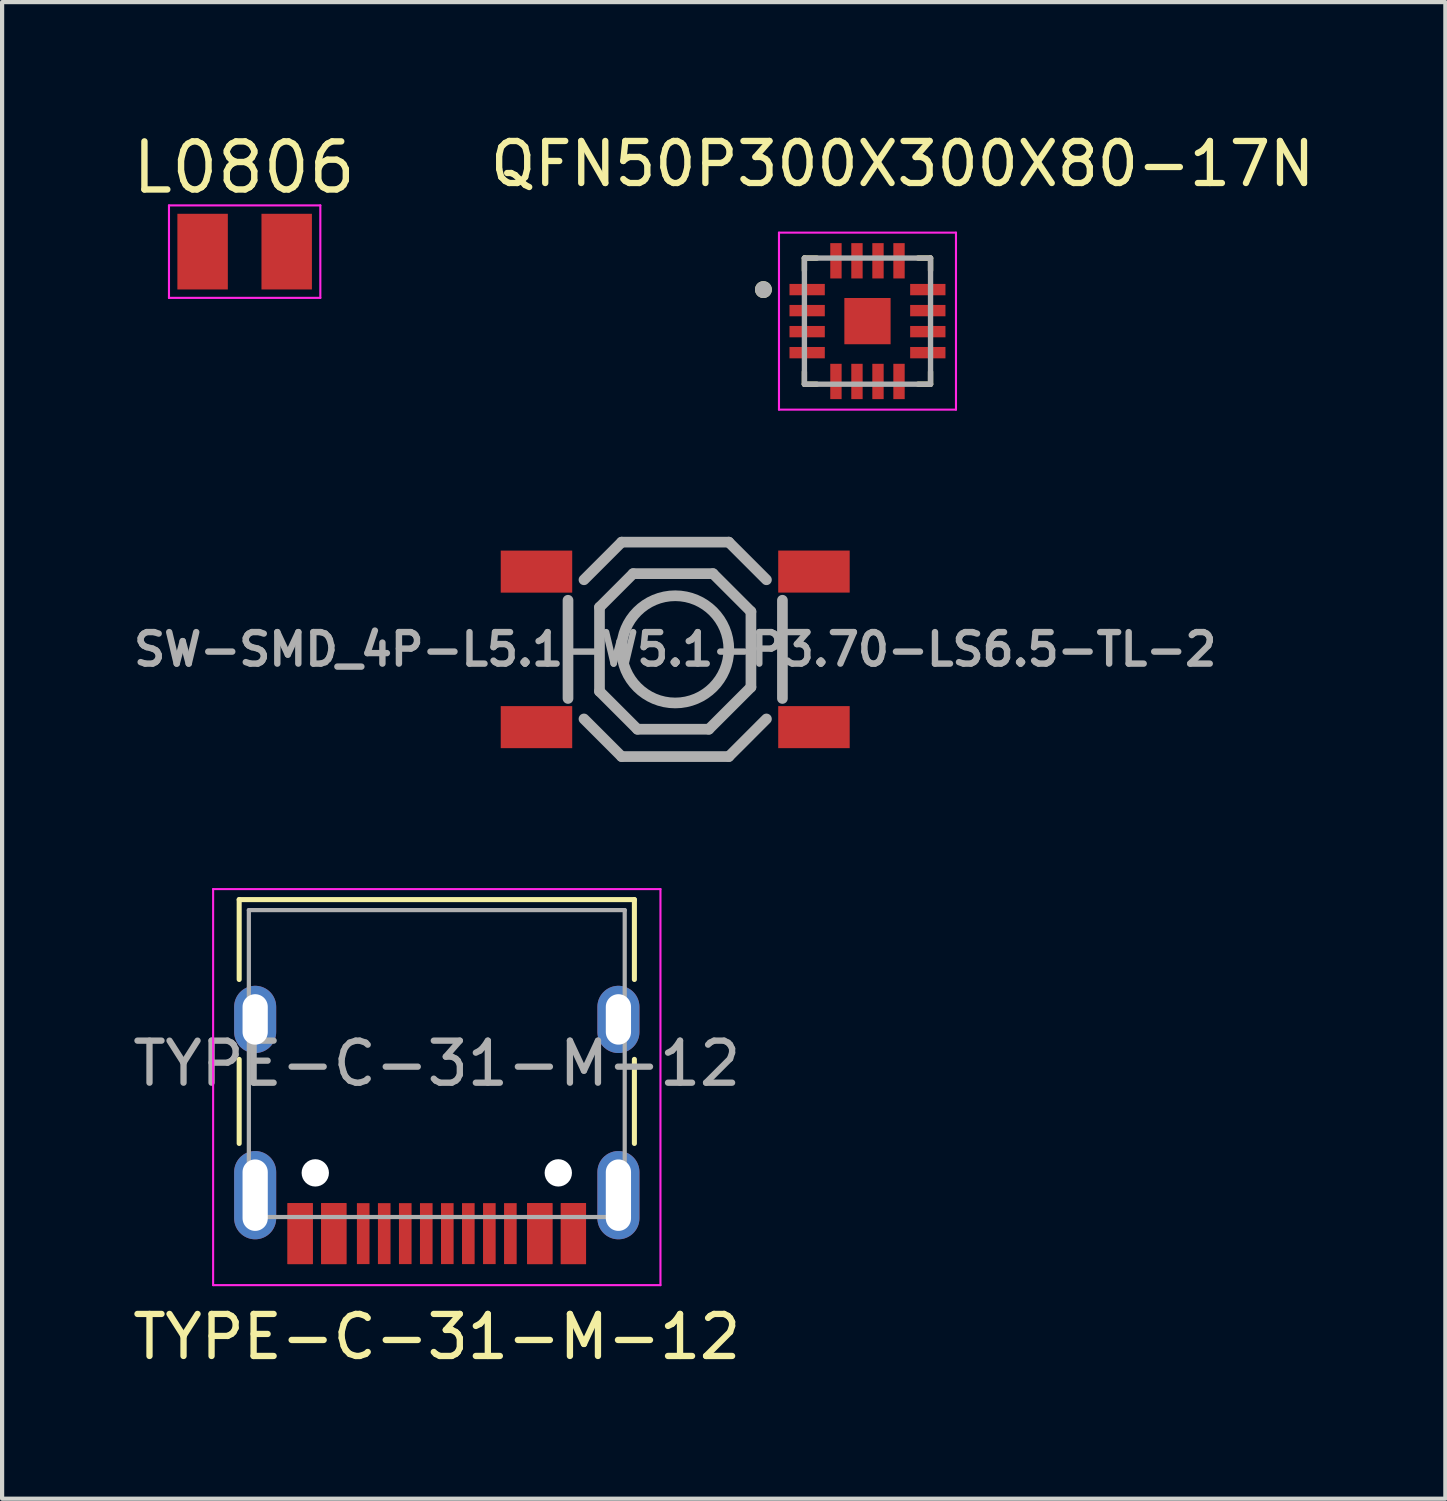
<source format=kicad_pcb>
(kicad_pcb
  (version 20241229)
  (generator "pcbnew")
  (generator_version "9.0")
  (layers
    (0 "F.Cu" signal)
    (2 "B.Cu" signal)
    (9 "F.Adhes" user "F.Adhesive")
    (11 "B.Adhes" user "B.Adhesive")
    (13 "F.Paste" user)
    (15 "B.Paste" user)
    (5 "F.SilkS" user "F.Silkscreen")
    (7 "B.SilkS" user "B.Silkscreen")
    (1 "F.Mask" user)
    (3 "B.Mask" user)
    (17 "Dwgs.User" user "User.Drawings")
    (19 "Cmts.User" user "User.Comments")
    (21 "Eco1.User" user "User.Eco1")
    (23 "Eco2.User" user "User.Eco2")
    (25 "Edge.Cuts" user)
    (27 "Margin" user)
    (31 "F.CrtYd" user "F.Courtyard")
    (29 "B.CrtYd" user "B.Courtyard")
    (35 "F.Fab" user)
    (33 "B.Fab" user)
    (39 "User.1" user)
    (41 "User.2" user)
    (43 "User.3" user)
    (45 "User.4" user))
  (footprint "QFN50P300X300X80-17N"
    (layer "F.Cu")
    (at 17.583 4.588)
    (property "Reference" "QFN50P300X300X80-17N" (at 0.835 -3.74 0) (layer "F.SilkS") (effects (font (size 1 1) (thickness 0.15))))
    (attr through_hole)
    (fp_line (start -1.5 -1.5) (end -1.5 -1.205) (stroke (width 0.127) (type solid)) (layer "F.SilkS"))
    (fp_line (start -1.5 -1.5) (end -1.205 -1.5) (stroke (width 0.127) (type solid)) (layer "F.SilkS"))
    (fp_line (start -1.5 1.5) (end -1.5 1.205) (stroke (width 0.127) (type solid)) (layer "F.SilkS"))
    (fp_line (start -1.5 1.5) (end -1.205 1.5) (stroke (width 0.127) (type solid)) (layer "F.SilkS"))
    (fp_line (start 1.5 -1.5) (end 1.205 -1.5) (stroke (width 0.127) (type solid)) (layer "F.SilkS"))
    (fp_line (start 1.5 -1.5) (end 1.5 -1.205) (stroke (width 0.127) (type solid)) (layer "F.SilkS"))
    (fp_line (start 1.5 1.5) (end 1.205 1.5) (stroke (width 0.127) (type solid)) (layer "F.SilkS"))
    (fp_line (start 1.5 1.5) (end 1.5 1.205) (stroke (width 0.127) (type solid)) (layer "F.SilkS"))
    (fp_circle (center -2.475 -0.75) (end -2.375 -0.75) (stroke (width 0.2) (type solid)) (fill no) (layer "F.SilkS"))
    (fp_poly (pts (xy -0.35 -0.35) (xy 0.35 -0.35) (xy 0.35 0.35) (xy -0.35 0.35)) (stroke (width 0.01) (type solid)) (fill yes) (layer "F.Paste"))
    (fp_line (start -2.105 -2.105) (end 2.105 -2.105) (stroke (width 0.05) (type solid)) (layer "F.CrtYd"))
    (fp_line (start -2.105 2.105) (end -2.105 -2.105) (stroke (width 0.05) (type solid)) (layer "F.CrtYd"))
    (fp_line (start -2.105 2.105) (end 2.105 2.105) (stroke (width 0.05) (type solid)) (layer "F.CrtYd"))
    (fp_line (start 2.105 2.105) (end 2.105 -2.105) (stroke (width 0.05) (type solid)) (layer "F.CrtYd"))
    (fp_line (start -1.5 1.5) (end -1.5 -1.5) (stroke (width 0.127) (type solid)) (layer "F.Fab"))
    (fp_line (start 1.5 -1.5) (end -1.5 -1.5) (stroke (width 0.127) (type solid)) (layer "F.Fab"))
    (fp_line (start 1.5 1.5) (end -1.5 1.5) (stroke (width 0.127) (type solid)) (layer "F.Fab"))
    (fp_line (start 1.5 1.5) (end 1.5 -1.5) (stroke (width 0.127) (type solid)) (layer "F.Fab"))
    (fp_circle (center -2.475 -0.75) (end -2.375 -0.75) (stroke (width 0.2) (type solid)) (fill no) (layer "F.Fab"))
    (pad "1" smd rect (at -1.435 -0.75) (size 0.84 0.27) (layers "F.Cu" "F.Mask" "F.Paste"))
    (pad "2" smd rect (at -1.435 -0.25) (size 0.84 0.27) (layers "F.Cu" "F.Mask" "F.Paste"))
    (pad "3" smd rect (at -1.435 0.25) (size 0.84 0.27) (layers "F.Cu" "F.Mask" "F.Paste"))
    (pad "3" smd rect (at -0.25 -1.435) (size 0.27 0.84) (layers "F.Cu" "F.Mask" "F.Paste"))
    (pad "3" smd rect (at 0 0) (size 1.1 1.1) (layers "F.Cu" "F.Mask"))
    (pad "3" smd rect (at 1.435 -0.25) (size 0.84 0.27) (layers "F.Cu" "F.Mask" "F.Paste"))
    (pad "4" smd rect (at -1.435 0.75) (size 0.84 0.27) (layers "F.Cu" "F.Mask" "F.Paste"))
    (pad "5" smd rect (at -0.75 1.435) (size 0.27 0.84) (layers "F.Cu" "F.Mask" "F.Paste"))
    (pad "6" smd rect (at -0.25 1.435) (size 0.27 0.84) (layers "F.Cu" "F.Mask" "F.Paste"))
    (pad "7" smd rect (at 0.25 1.435) (size 0.27 0.84) (layers "F.Cu" "F.Mask" "F.Paste"))
    (pad "7" smd rect (at 0.75 1.435) (size 0.27 0.84) (layers "F.Cu" "F.Mask" "F.Paste"))
    (pad "9" smd rect (at 1.435 0.75) (size 0.84 0.27) (layers "F.Cu" "F.Mask" "F.Paste"))
    (pad "10" smd rect (at 1.435 0.25) (size 0.84 0.27) (layers "F.Cu" "F.Mask" "F.Paste"))
    (pad "12" smd rect (at 1.435 -0.75) (size 0.84 0.27) (layers "F.Cu" "F.Mask" "F.Paste"))
    (pad "13" smd rect (at 0.75 -1.435) (size 0.27 0.84) (layers "F.Cu" "F.Mask" "F.Paste"))
    (pad "14" smd rect (at 0.25 -1.435) (size 0.27 0.84) (layers "F.Cu" "F.Mask" "F.Paste"))
    (pad "16" smd rect (at -0.75 -1.435) (size 0.27 0.84) (layers "F.Cu" "F.Mask" "F.Paste")))
  (footprint "TYPE-C-31-M-12"
    (layer "F.Cu")
    (at 7.339 22.247)
    (property "Reference" "TYPE-C-31-M-12" (at 0 6.5 180) (layer "F.SilkS") (effects (font (size 1 1) (thickness 0.15))))
    (attr smd)
    (fp_line (start -4.7 -2) (end -4.7 -3.9) (stroke (width 0.12) (type solid)) (layer "F.SilkS"))
    (fp_line (start -4.7 1.9) (end -4.7 -0.1) (stroke (width 0.12) (type solid)) (layer "F.SilkS"))
    (fp_line (start 4.7 -3.9) (end -4.7 -3.9) (stroke (width 0.12) (type solid)) (layer "F.SilkS"))
    (fp_line (start 4.7 -2) (end 4.7 -3.9) (stroke (width 0.12) (type solid)) (layer "F.SilkS"))
    (fp_line (start 4.7 1.9) (end 4.7 -0.1) (stroke (width 0.12) (type solid)) (layer "F.SilkS"))
    (fp_line (start -5.32 5.27) (end -5.32 -4.15) (stroke (width 0.05) (type solid)) (layer "F.CrtYd"))
    (fp_line (start 5.32 -4.15) (end -5.32 -4.15) (stroke (width 0.05) (type solid)) (layer "F.CrtYd"))
    (fp_line (start 5.32 5.27) (end -5.32 5.27) (stroke (width 0.05) (type solid)) (layer "F.CrtYd"))
    (fp_line (start 5.32 5.27) (end 5.32 -4.15) (stroke (width 0.05) (type solid)) (layer "F.CrtYd"))
    (fp_line (start -4.47 3.65) (end -4.47 -3.65) (stroke (width 0.1) (type solid)) (layer "F.Fab"))
    (fp_line (start 4.47 -3.65) (end -4.47 -3.65) (stroke (width 0.1) (type solid)) (layer "F.Fab"))
    (fp_line (start 4.47 3.65) (end -4.47 3.65) (stroke (width 0.1) (type solid)) (layer "F.Fab"))
    (fp_line (start 4.47 3.65) (end 4.47 -3.65) (stroke (width 0.1) (type solid)) (layer "F.Fab"))
    (fp_text user "${REFERENCE}" (at 0 0 180) (layer "F.Fab") (effects (font (size 1 1) (thickness 0.15))))
    (pad "" np_thru_hole circle (at -2.89 2.6 180) (size 0.65 0.65) (drill 0.65) (layers "*.Cu" "*.Mask"))
    (pad "" np_thru_hole circle (at 2.89 2.6 180) (size 0.65 0.65) (drill 0.65) (layers "*.Cu" "*.Mask"))
    (pad "A1" smd rect (at 3.25 4.045 180) (size 0.6 1.45) (layers "F.Cu" "F.Mask" "F.Paste"))
    (pad "A4" smd rect (at 2.45 4.045 180) (size 0.6 1.45) (layers "F.Cu" "F.Mask" "F.Paste"))
    (pad "A5" smd rect (at 1.25 4.045 180) (size 0.3 1.45) (layers "F.Cu" "F.Mask" "F.Paste"))
    (pad "A6" smd rect (at 0.25 4.045 180) (size 0.3 1.45) (layers "F.Cu" "F.Mask" "F.Paste"))
    (pad "A7" smd rect (at -0.25 4.045 180) (size 0.3 1.45) (layers "F.Cu" "F.Mask" "F.Paste"))
    (pad "A8" smd rect (at -1.25 4.045 180) (size 0.3 1.45) (layers "F.Cu" "F.Mask" "F.Paste"))
    (pad "A9" smd rect (at -2.45 4.045 180) (size 0.6 1.45) (layers "F.Cu" "F.Mask" "F.Paste"))
    (pad "A12" smd rect (at -3.25 4.045 180) (size 0.6 1.45) (layers "F.Cu" "F.Mask" "F.Paste"))
    (pad "B1" smd rect (at -3.25 4.045 180) (size 0.6 1.45) (layers "F.Cu" "F.Mask" "F.Paste"))
    (pad "B4" smd rect (at -2.45 4.045 180) (size 0.6 1.45) (layers "F.Cu" "F.Mask" "F.Paste"))
    (pad "B5" smd rect (at -1.75 4.045 180) (size 0.3 1.45) (layers "F.Cu" "F.Mask" "F.Paste"))
    (pad "B6" smd rect (at -0.75 4.045 180) (size 0.3 1.45) (layers "F.Cu" "F.Mask" "F.Paste"))
    (pad "B7" smd rect (at 0.75 4.045 180) (size 0.3 1.45) (layers "F.Cu" "F.Mask" "F.Paste"))
    (pad "B8" smd rect (at 1.75 4.045 180) (size 0.3 1.45) (layers "F.Cu" "F.Mask" "F.Paste"))
    (pad "B9" smd rect (at 2.45 4.045 180) (size 0.6 1.45) (layers "F.Cu" "F.Mask" "F.Paste"))
    (pad "B12" smd rect (at 3.25 4.045 180) (size 0.6 1.45) (layers "F.Cu" "F.Mask" "F.Paste"))
    (pad "S1" thru_hole oval (at -4.32 -1.05 180) (size 1 1.6) (drill oval 0.6 1.2) (layers "*.Cu" "*.Mask"))
    (pad "S1" thru_hole oval (at -4.32 3.13 180) (size 1 2.1) (drill oval 0.6 1.7) (layers "*.Cu" "*.Mask"))
    (pad "S1" thru_hole oval (at 4.32 -1.05 180) (size 1 1.6) (drill oval 0.6 1.2) (layers "*.Cu" "*.Mask"))
    (pad "S1" thru_hole oval (at 4.32 3.13 180) (size 1 2.1) (drill oval 0.6 1.7) (layers "*.Cu" "*.Mask")))
  (footprint "L0806"
    (layer "F.Cu")
    (at 2.769 2.935)
    (property "Reference" "L0806" (at -0.016 -2 0) (layer "F.SilkS") (effects (font (size 1.143 1.143) (thickness 0.152))))
    (attr smd)
    (fp_line (start -1.8 -1.1) (end -1.8 1.1) (stroke (width 0.05) (type solid)) (layer "F.CrtYd"))
    (fp_line (start -1.8 -1.1) (end 1.8 -1.1) (stroke (width 0.05) (type solid)) (layer "F.CrtYd"))
    (fp_line (start -1.8 1.1) (end 1.8 1.1) (stroke (width 0.05) (type solid)) (layer "F.CrtYd"))
    (fp_line (start 1.8 1.1) (end 1.8 -1.1) (stroke (width 0.05) (type solid)) (layer "F.CrtYd"))
    (pad "1" smd rect (at -1 0) (size 1.2 1.8) (layers "F.Cu" "F.Mask" "F.Paste"))
    (pad "2" smd rect (at 1 0) (size 1.2 1.8) (layers "F.Cu" "F.Mask" "F.Paste")))
  (footprint "SW-SMD_4P-L5.1-W5.1-P3.70-LS6.5-TL-2"
    (layer "F.Cu")
    (at 13.01 12.395)
    (property "Reference" "SW-SMD_4P-L5.1-W5.1-P3.70-LS6.5-TL-2" (at 0 0 0) (layer "F.Fab") (effects (font (size 0.75 0.75) (thickness 0.152))))
    (attr smd)
    (fp_line (start -2.55 -1.168) (end -2.55 1.168) (stroke (width 0.254) (type solid)) (layer "F.Fab"))
    (fp_line (start -2.17 1.655) (end -1.275 2.55) (stroke (width 0.254) (type solid)) (layer "F.Fab"))
    (fp_line (start -1.801 -1.001) (end -1.001 -1.801) (stroke (width 0.254) (type solid)) (layer "F.Fab"))
    (fp_line (start -1.801 0.998) (end -1.801 -1.001) (stroke (width 0.254) (type solid)) (layer "F.Fab"))
    (fp_line (start -1.275 -2.55) (end -2.17 -1.655) (stroke (width 0.254) (type solid)) (layer "F.Fab"))
    (fp_line (start -1.275 -2.55) (end 1.275 -2.55) (stroke (width 0.254) (type solid)) (layer "F.Fab"))
    (fp_line (start -1.275 2.55) (end 1.275 2.55) (stroke (width 0.254) (type solid)) (layer "F.Fab"))
    (fp_line (start -1.001 -1.801) (end 0.899 -1.801) (stroke (width 0.254) (type solid)) (layer "F.Fab"))
    (fp_line (start -0.899 1.9) (end -1.801 0.998) (stroke (width 0.254) (type solid)) (layer "F.Fab"))
    (fp_line (start 0.8 1.9) (end -0.899 1.9) (stroke (width 0.254) (type solid)) (layer "F.Fab"))
    (fp_line (start 0.899 -1.801) (end 1.801 -0.899) (stroke (width 0.254) (type solid)) (layer "F.Fab"))
    (fp_line (start 1.275 -2.55) (end 2.17 -1.655) (stroke (width 0.254) (type solid)) (layer "F.Fab"))
    (fp_line (start 1.801 -0.899) (end 1.801 0.899) (stroke (width 0.254) (type solid)) (layer "F.Fab"))
    (fp_line (start 1.801 0.899) (end 0.8 1.9) (stroke (width 0.254) (type solid)) (layer "F.Fab"))
    (fp_line (start 2.17 1.655) (end 1.275 2.55) (stroke (width 0.254) (type solid)) (layer "F.Fab"))
    (fp_line (start 2.55 -1.168) (end 2.55 1.168) (stroke (width 0.254) (type solid)) (layer "F.Fab"))
    (fp_circle (center 0 0) (end 1.275 0) (stroke (width 0.254) (type solid)) (fill no) (layer "F.Fab"))
    (pad "1" smd rect (at -3.3 -1.849) (size 1.7 1) (layers "F.Cu" "F.Mask" "F.Paste"))
    (pad "1" smd rect (at 3.3 -1.85) (size 1.7 1) (layers "F.Cu" "F.Mask" "F.Paste"))
    (pad "2" smd rect (at -3.3 1.85) (size 1.7 1) (layers "F.Cu" "F.Mask" "F.Paste"))
    (pad "2" smd rect (at 3.3 1.85) (size 1.7 1) (layers "F.Cu" "F.Mask" "F.Paste")))
  (gr_rect
    (start -3 -3)
    (end 31.328 32.596)
    (stroke (width 0.1) (type default))
    (fill no)
    (layer "Edge.Cuts")))
</source>
